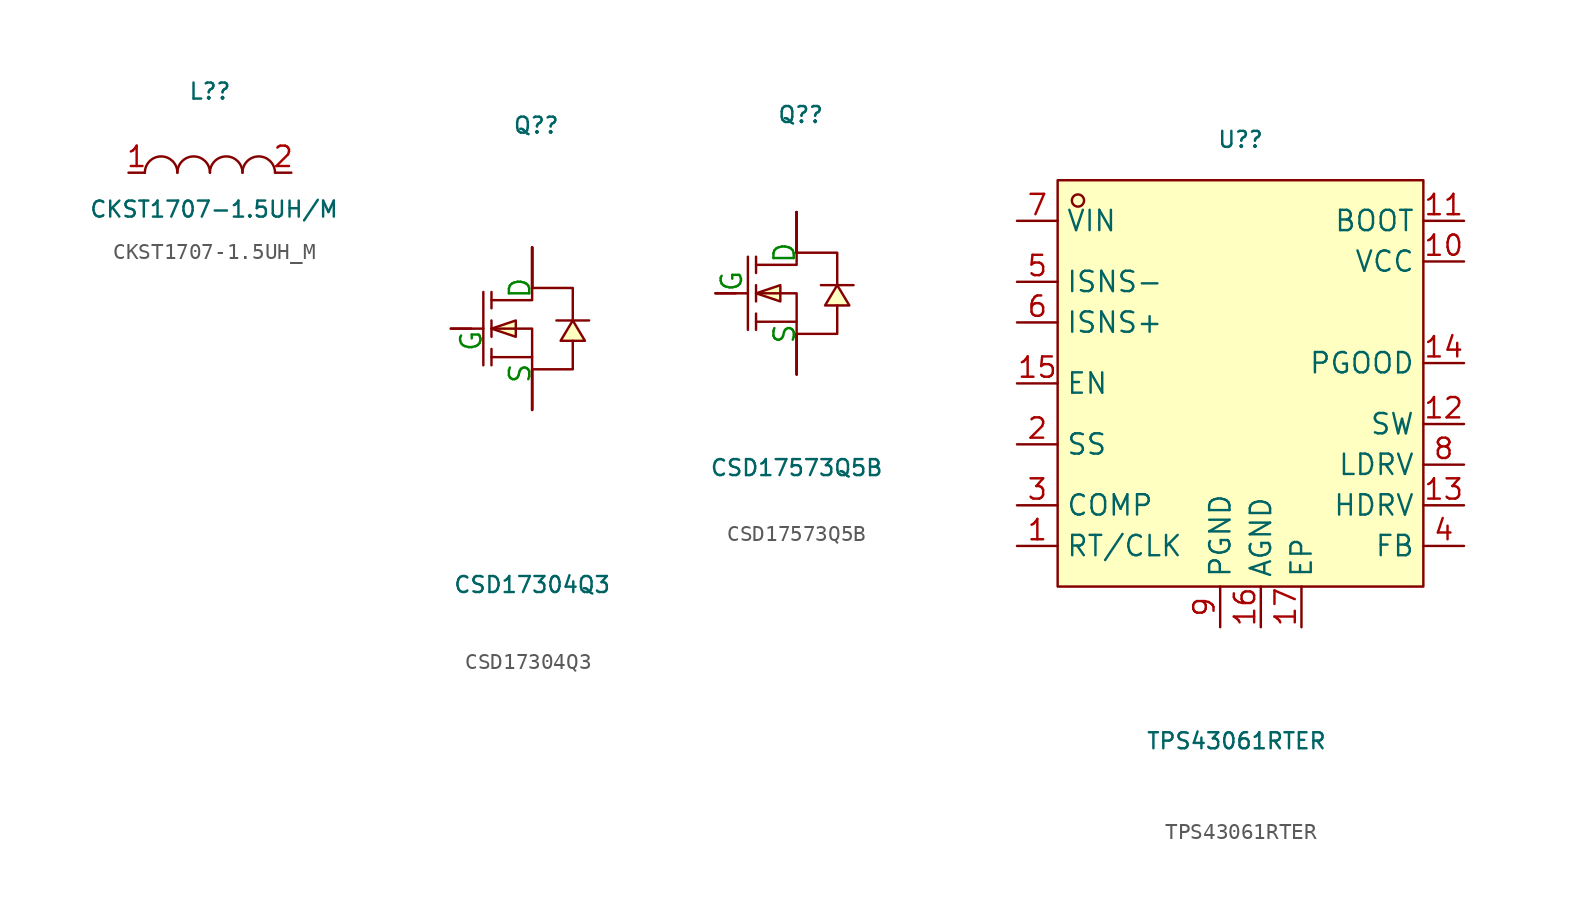
<source format=kicad_sym>
(kicad_symbol_lib
  (version 20231120)
  (generator "kicad_symbol_editor")
  (generator_version "8.0")
  (symbol "CKST1707-1.5UH_M"
    (property "Reference" "L?"
      (at 0 5.08 0)
      (effects (font (size 1 1))))
    (property "Value" "CKST1707-1.5UH/M"
      (at 0.254 -2.286 0)
      (effects (font (size 1 1))))
    (symbol "CKST1707-1.5UH_M_0_1"
      (arc (start -2.03 0.01) (mid -3.055 1.013) (end -4.06 -0.01) (stroke (width 0) (type default)) (fill (type none)))
      (arc (start 0 0.01) (mid -1.025 1.013) (end -2.03 -0.01) (stroke (width 0) (type default)) (fill (type none)))
      (arc (start 2.03 0.01) (mid 1.005 1.013) (end 0 -0.01) (stroke (width 0) (type default)) (fill (type none)))
      (arc (start 4.06 0.01) (mid 3.035 1.013) (end 2.03 -0.01) (stroke (width 0) (type default)) (fill (type none)))
      (pin passive line (at -5.08 0 0) (length 1.016) (name "1" (effects (font (size 0 0)))) (number "1" (effects (font (size 1.27 1.27)))))
      (pin passive line (at 5.08 0 180) (length 1.016) (name "2" (effects (font (size 0 0)))) (number "2" (effects (font (size 1.27 1.27)))))))
  (symbol "CSD17304Q3"
    (property "Reference" "Q?"
      (at 0.254 12.7 0)
      (effects (font (size 1 1))))
    (property "Value" "CSD17304Q3"
      (at 0 -16.002 0)
      (effects (font (size 1 1))))
    (symbol "CSD17304Q3_0_1"
      (polyline (pts (xy -5.08 0) (xy -3.05 0)) (stroke (width 0) (type default)) (fill (type none)))
      (polyline (pts (xy -3.05 2.29) (xy -3.05 -2.29)) (stroke (width 0) (type default)) (fill (type none)))
      (polyline (pts (xy -2.54 -2.29) (xy -2.54 -1.27)) (stroke (width 0) (type default)) (fill (type none)))
      (polyline (pts (xy -2.54 -0.51) (xy -2.54 0.51)) (stroke (width 0) (type default)) (fill (type none)))
      (polyline (pts (xy -2.54 2.29) (xy -2.54 1.27)) (stroke (width 0) (type default)) (fill (type none)))
      (polyline (pts (xy 0 -1.78) (xy -2.54 -1.78)) (stroke (width 0) (type default)) (fill (type none)))
      (polyline (pts (xy -2.54 0) (xy -1.02 -0.51) (xy -1.02 0.51) (xy -2.54 0)) (stroke (width 0) (type default)) (fill (type background)))
      (polyline (pts (xy 2.54 0.51) (xy 1.78 -0.76) (xy 3.3 -0.76) (xy 2.54 0.51)) (stroke (width 0) (type default)) (fill (type background)))
      (polyline (pts (xy 3.56 0.51) (xy 3.05 0.51) (xy 2.03 0.51) (xy 1.52 0.51)) (stroke (width 0) (type default)) (fill (type none)))
      (polyline (pts (xy -2.54 0) (xy 0 0) (xy 0 -2.54) (xy 2.54 -2.54) (xy 2.54 -0.76)) (stroke (width 0) (type default)) (fill (type none)))
      (polyline (pts (xy -2.54 1.78) (xy 0 1.78) (xy 0 2.54) (xy 2.54 2.54) (xy 2.54 0.51)) (stroke (width 0) (type default)) (fill (type none)))
      (pin passive line (at 0 -5.08 90) (length 2.54) (name "S" (effects (font (size 0 0)))) (number "1" (effects (font (size 0 0)))))
      (pin passive line (at 0 -5.08 90) (length 2.54) (name "S" (effects (font (size 0 0)))) (number "2" (effects (font (size 0 0)))))
      (pin passive line (at 0 -5.08 90) (length 2.54) (name "S" (effects (font (size 0 0)))) (number "3" (effects (font (size 0 0)))))
      (pin passive line (at 0 5.08 270) (length 2.54) (name "D" (effects (font (size 0 0)))) (number "5" (effects (font (size 0 0)))))
      (pin passive line (at 0 5.08 270) (length 2.54) (name "D" (effects (font (size 0 0)))) (number "6" (effects (font (size 0 0)))))
      (pin passive line (at 0 5.08 270) (length 2.54) (name "D" (effects (font (size 0 0)))) (number "7" (effects (font (size 0 0)))))
      (pin passive line (at 0 5.08 270) (length 2.54) (name "D" (effects (font (size 0 0)))) (number "8" (effects (font (size 0 0))))))
    (symbol "CSD17304Q3_1_1"
      (text "D" (at -0.762 2.54 900) (effects (font (size 1.27 1.27) (color 0 132 0 1))))
      (text "G" (at -3.81 -0.762 900) (effects (font (size 1.27 1.27) (color 0 132 0 1))))
      (text "S" (at -0.762 -2.794 900) (effects (font (size 1.27 1.27) (color 0 132 0 1))))
      (pin passive line (at -5.08 0 0) (length 1.27) (name "G" (effects (font (size 0 0)))) (number "4" (effects (font (size 0 0)))))))
  (symbol "CSD17573Q5B"
    (property "Reference" "Q?"
      (at 0.254 11.176 0)
      (effects (font (size 1 1))))
    (property "Value" "CSD17573Q5B"
      (at 0 -10.922 0)
      (effects (font (size 1 1))))
    (symbol "CSD17573Q5B_0_1"
      (polyline (pts (xy -5.08 0) (xy -3.05 0)) (stroke (width 0) (type default)) (fill (type none)))
      (polyline (pts (xy -3.05 2.29) (xy -3.05 -2.29)) (stroke (width 0) (type default)) (fill (type none)))
      (polyline (pts (xy -2.54 -2.29) (xy -2.54 -1.27)) (stroke (width 0) (type default)) (fill (type none)))
      (polyline (pts (xy -2.54 -0.51) (xy -2.54 0.51)) (stroke (width 0) (type default)) (fill (type none)))
      (polyline (pts (xy -2.54 2.29) (xy -2.54 1.27)) (stroke (width 0) (type default)) (fill (type none)))
      (polyline (pts (xy 0 -1.78) (xy -2.54 -1.78)) (stroke (width 0) (type default)) (fill (type none)))
      (polyline (pts (xy -2.54 0) (xy -1.02 -0.51) (xy -1.02 0.51) (xy -2.54 0)) (stroke (width 0) (type default)) (fill (type background)))
      (polyline (pts (xy 2.54 0.51) (xy 1.78 -0.76) (xy 3.3 -0.76) (xy 2.54 0.51)) (stroke (width 0) (type default)) (fill (type background)))
      (polyline (pts (xy 3.56 0.51) (xy 3.05 0.51) (xy 2.03 0.51) (xy 1.52 0.51)) (stroke (width 0) (type default)) (fill (type none)))
      (polyline (pts (xy -2.54 0) (xy 0 0) (xy 0 -2.54) (xy 2.54 -2.54) (xy 2.54 -0.76)) (stroke (width 0) (type default)) (fill (type none)))
      (polyline (pts (xy -2.54 1.78) (xy 0 1.78) (xy 0 2.54) (xy 2.54 2.54) (xy 2.54 0.51)) (stroke (width 0) (type default)) (fill (type none)))
      (pin passive line (at 0 -5.08 90) (length 2.54) (name "S" (effects (font (size 0 0)))) (number "1" (effects (font (size 0 0)))))
      (pin passive line (at 0 -5.08 90) (length 2.54) (name "S" (effects (font (size 0 0)))) (number "2" (effects (font (size 0 0)))))
      (pin passive line (at 0 -5.08 90) (length 2.54) (name "S" (effects (font (size 0 0)))) (number "3" (effects (font (size 0 0)))))
      (pin passive line (at -5.08 0 0) (length 1.27) (name "G" (effects (font (size 0 0)))) (number "4" (effects (font (size 0 0)))))
      (pin passive line (at 0 5.08 270) (length 2.54) (name "D" (effects (font (size 0 0)))) (number "5" (effects (font (size 0 0)))))
      (pin passive line (at 0 5.08 270) (length 2.54) (name "D" (effects (font (size 0 0)))) (number "6" (effects (font (size 0 0)))))
      (pin passive line (at 0 5.08 270) (length 2.54) (name "D" (effects (font (size 0 0)))) (number "7" (effects (font (size 0 0)))))
      (pin passive line (at 0 5.08 270) (length 2.54) (name "D" (effects (font (size 0 0)))) (number "8" (effects (font (size 0 0)))))
      (pin passive line (at 0 5.08 270) (length 2.54) (name "D" (effects (font (size 0 0)))) (number "9" (effects (font (size 0 0))))))
    (symbol "CSD17573Q5B_1_1"
      (text "D" (at -0.762 2.54 900) (effects (font (size 1.27 1.27) (color 0 132 0 1))))
      (text "G" (at -4.064 0.762 900) (effects (font (size 1.27 1.27) (color 0 132 0 1))))
      (text "S" (at -0.762 -2.54 900) (effects (font (size 1.27 1.27) (color 0 132 0 1))))))
  (symbol "TPS43061RTER"
    (property "Reference" "U?"
      (at 0 15.24 0)
      (effects (font (size 1 1))))
    (property "Value" "TPS43061RTER"
      (at -0.254 -22.352 0)
      (effects (font (size 1 1))))
    (symbol "TPS43061RTER_0_1"
      (rectangle (start -11.43 12.7) (end 11.43 -12.7) (stroke (width 0) (type default)) (fill (type background)))
      (circle (center -10.16 11.43) (radius 0.38) (stroke (width 0) (type default)) (fill (type none)))
      (pin passive line (at -13.97 -10.16 0) (length 2.54) (name "RT/CLK" (effects (font (size 1.27 1.27)))) (number "1" (effects (font (size 1.27 1.27)))))
      (pin passive line (at 13.97 7.62 180) (length 2.54) (name "VCC" (effects (font (size 1.27 1.27)))) (number "10" (effects (font (size 1.27 1.27)))))
      (pin passive line (at 13.97 10.16 180) (length 2.54) (name "BOOT" (effects (font (size 1.27 1.27)))) (number "11" (effects (font (size 1.27 1.27)))))
      (pin passive line (at 13.97 -2.54 180) (length 2.54) (name "SW" (effects (font (size 1.27 1.27)))) (number "12" (effects (font (size 1.27 1.27)))))
      (pin passive line (at 13.97 -7.62 180) (length 2.54) (name "HDRV" (effects (font (size 1.27 1.27)))) (number "13" (effects (font (size 1.27 1.27)))))
      (pin passive line (at 13.97 1.27 180) (length 2.54) (name "PGOOD" (effects (font (size 1.27 1.27)))) (number "14" (effects (font (size 1.27 1.27)))))
      (pin passive line (at -13.97 0 0) (length 2.54) (name "EN" (effects (font (size 1.27 1.27)))) (number "15" (effects (font (size 1.27 1.27)))))
      (pin passive line (at 1.27 -15.24 90) (length 2.54) (name "AGND" (effects (font (size 1.27 1.27)))) (number "16" (effects (font (size 1.27 1.27)))))
      (pin passive line (at 3.81 -15.24 90) (length 2.54) (name "EP" (effects (font (size 1.27 1.27)))) (number "17" (effects (font (size 1.27 1.27)))))
      (pin passive line (at -13.97 -3.81 0) (length 2.54) (name "SS" (effects (font (size 1.27 1.27)))) (number "2" (effects (font (size 1.27 1.27)))))
      (pin passive line (at -13.97 -7.62 0) (length 2.54) (name "COMP" (effects (font (size 1.27 1.27)))) (number "3" (effects (font (size 1.27 1.27)))))
      (pin passive line (at 13.97 -10.16 180) (length 2.54) (name "FB" (effects (font (size 1.27 1.27)))) (number "4" (effects (font (size 1.27 1.27)))))
      (pin passive line (at -13.97 6.35 0) (length 2.54) (name "ISNS-" (effects (font (size 1.27 1.27)))) (number "5" (effects (font (size 1.27 1.27)))))
      (pin passive line (at -13.97 3.81 0) (length 2.54) (name "ISNS+" (effects (font (size 1.27 1.27)))) (number "6" (effects (font (size 1.27 1.27)))))
      (pin passive line (at -13.97 10.16 0) (length 2.54) (name "VIN" (effects (font (size 1.27 1.27)))) (number "7" (effects (font (size 1.27 1.27)))))
      (pin passive line (at 13.97 -5.08 180) (length 2.54) (name "LDRV" (effects (font (size 1.27 1.27)))) (number "8" (effects (font (size 1.27 1.27)))))
      (pin passive line (at -1.27 -15.24 90) (length 2.54) (name "PGND" (effects (font (size 1.27 1.27)))) (number "9" (effects (font (size 1.27 1.27))))))))
</source>
